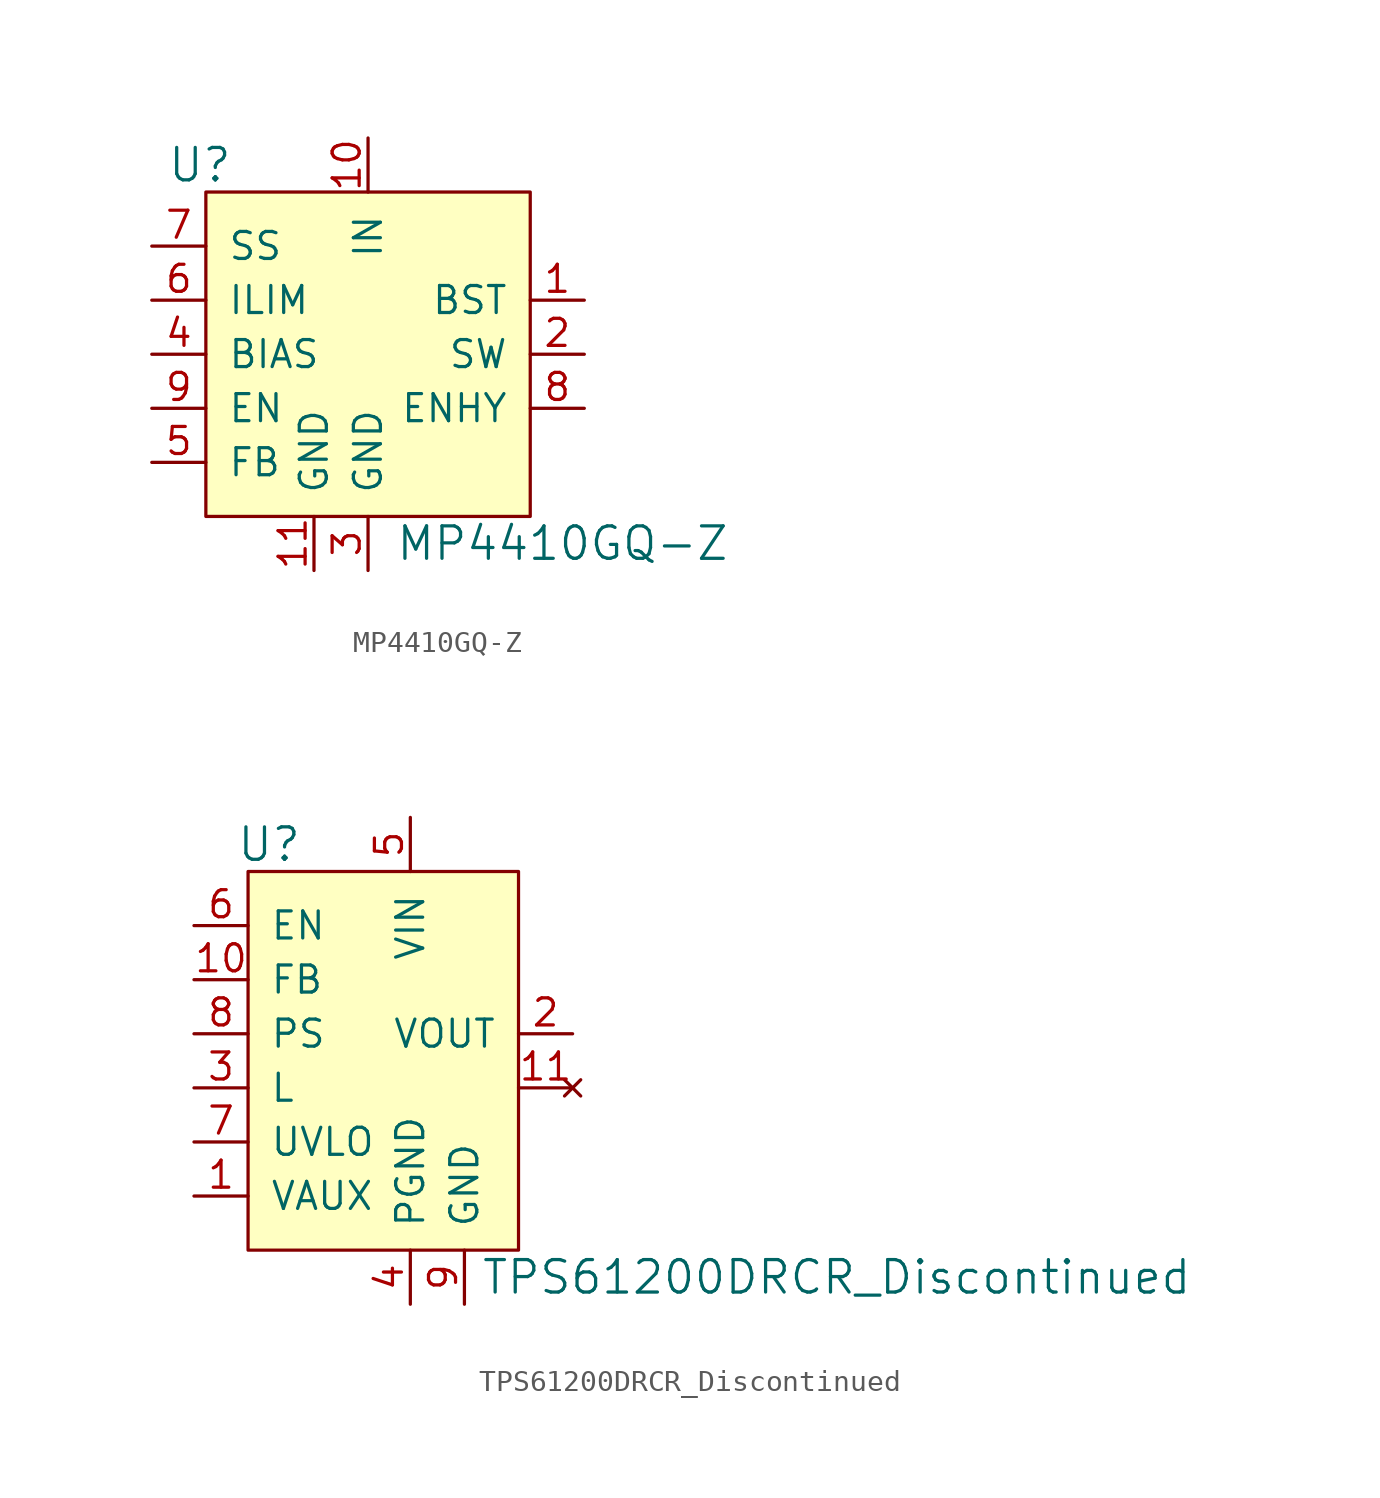
<source format=kicad_sym>
(kicad_symbol_lib
  (version 20231120)
  (generator "kicad_symbol_editor")
  (generator_version "8.0")
  (symbol "MP4410GQ-Z"
    (pin_names
      (offset 1.016))
    (property "Reference" "U"
      (at -6.35 8.89 0)
      (effects (font (size 1.524 1.524)) (justify right)))
    (property "Value" "MP4410GQ-Z"
      (at 1.27 -8.89 0)
      (effects (font (size 1.524 1.524)) (justify left)))
    (symbol "MP4410GQ-Z_0_1"
      (rectangle (start -7.62 7.62) (end 7.62 -7.62) (stroke (width 0) (type default)) (fill (type background)))
      (pin output line (at 10.16 2.54 180) (length 2.54) (name "BST" (effects (font (size 1.27 1.27)))) (number "1" (effects (font (size 1.27 1.27)))))
      (pin power_in line (at 0 10.16 270) (length 2.54) (name "IN" (effects (font (size 1.27 1.27)))) (number "10" (effects (font (size 1.27 1.27)))))
      (pin power_in line (at -2.54 -10.16 90) (length 2.54) (name "GND" (effects (font (size 1.27 1.27)))) (number "11" (effects (font (size 1.27 1.27)))))
      (pin output line (at 10.16 0 180) (length 2.54) (name "SW" (effects (font (size 1.27 1.27)))) (number "2" (effects (font (size 1.27 1.27)))))
      (pin power_in line (at 0 -10.16 90) (length 2.54) (name "GND" (effects (font (size 1.27 1.27)))) (number "3" (effects (font (size 1.27 1.27)))))
      (pin input line (at -10.16 0 0) (length 2.54) (name "BIAS" (effects (font (size 1.27 1.27)))) (number "4" (effects (font (size 1.27 1.27)))))
      (pin input line (at -10.16 -5.08 0) (length 2.54) (name "FB" (effects (font (size 1.27 1.27)))) (number "5" (effects (font (size 1.27 1.27)))))
      (pin input line (at -10.16 2.54 0) (length 2.54) (name "ILIM" (effects (font (size 1.27 1.27)))) (number "6" (effects (font (size 1.27 1.27)))))
      (pin input line (at -10.16 5.08 0) (length 2.54) (name "SS" (effects (font (size 1.27 1.27)))) (number "7" (effects (font (size 1.27 1.27)))))
      (pin output line (at 10.16 -2.54 180) (length 2.54) (name "ENHY" (effects (font (size 1.27 1.27)))) (number "8" (effects (font (size 1.27 1.27)))))
      (pin input line (at -10.16 -2.54 0) (length 2.54) (name "EN" (effects (font (size 1.27 1.27)))) (number "9" (effects (font (size 1.27 1.27)))))))
  (symbol "TPS61200DRCR_Discontinued"
    (pin_names
      (offset 1.016))
    (property "Reference" "U"
      (at -5.08 3.81 0)
      (effects (font (size 1.524 1.524)) (justify right)))
    (property "Value" "TPS61200DRCR_Discontinued"
      (at 3.302 -16.51 0)
      (effects (font (size 1.524 1.524)) (justify left)))
    (symbol "TPS61200DRCR_Discontinued_0_1"
      (rectangle (start -7.62 2.54) (end 5.08 -15.24) (stroke (width 0) (type default)) (fill (type background))))
    (symbol "TPS61200DRCR_Discontinued_1_1"
      (pin bidirectional line (at -10.16 -12.7 0) (length 2.54) (name "VAUX" (effects (font (size 1.27 1.27)))) (number "1" (effects (font (size 1.27 1.27)))))
      (pin input line (at -10.16 -2.54 0) (length 2.54) (name "FB" (effects (font (size 1.27 1.27)))) (number "10" (effects (font (size 1.27 1.27)))))
      (pin no_connect line (at 7.62 -7.62 180) (length 2.54) (name "~" (effects (font (size 1.27 1.27)))) (number "11" (effects (font (size 1.27 1.27)))))
      (pin output line (at 7.62 -5.08 180) (length 2.54) (name "VOUT" (effects (font (size 1.27 1.27)))) (number "2" (effects (font (size 1.27 1.27)))))
      (pin input line (at -10.16 -7.62 0) (length 2.54) (name "L" (effects (font (size 1.27 1.27)))) (number "3" (effects (font (size 1.27 1.27)))))
      (pin power_in line (at 0 -17.78 90) (length 2.54) (name "PGND" (effects (font (size 1.27 1.27)))) (number "4" (effects (font (size 1.27 1.27)))))
      (pin power_in line (at 0 5.08 270) (length 2.54) (name "VIN" (effects (font (size 1.27 1.27)))) (number "5" (effects (font (size 1.27 1.27)))))
      (pin input line (at -10.16 0 0) (length 2.54) (name "EN" (effects (font (size 1.27 1.27)))) (number "6" (effects (font (size 1.27 1.27)))))
      (pin input line (at -10.16 -10.16 0) (length 2.54) (name "UVLO" (effects (font (size 1.27 1.27)))) (number "7" (effects (font (size 1.27 1.27)))))
      (pin input line (at -10.16 -5.08 0) (length 2.54) (name "PS" (effects (font (size 1.27 1.27)))) (number "8" (effects (font (size 1.27 1.27)))))
      (pin power_in line (at 2.54 -17.78 90) (length 2.54) (name "GND" (effects (font (size 1.27 1.27)))) (number "9" (effects (font (size 1.27 1.27))))))))
</source>
